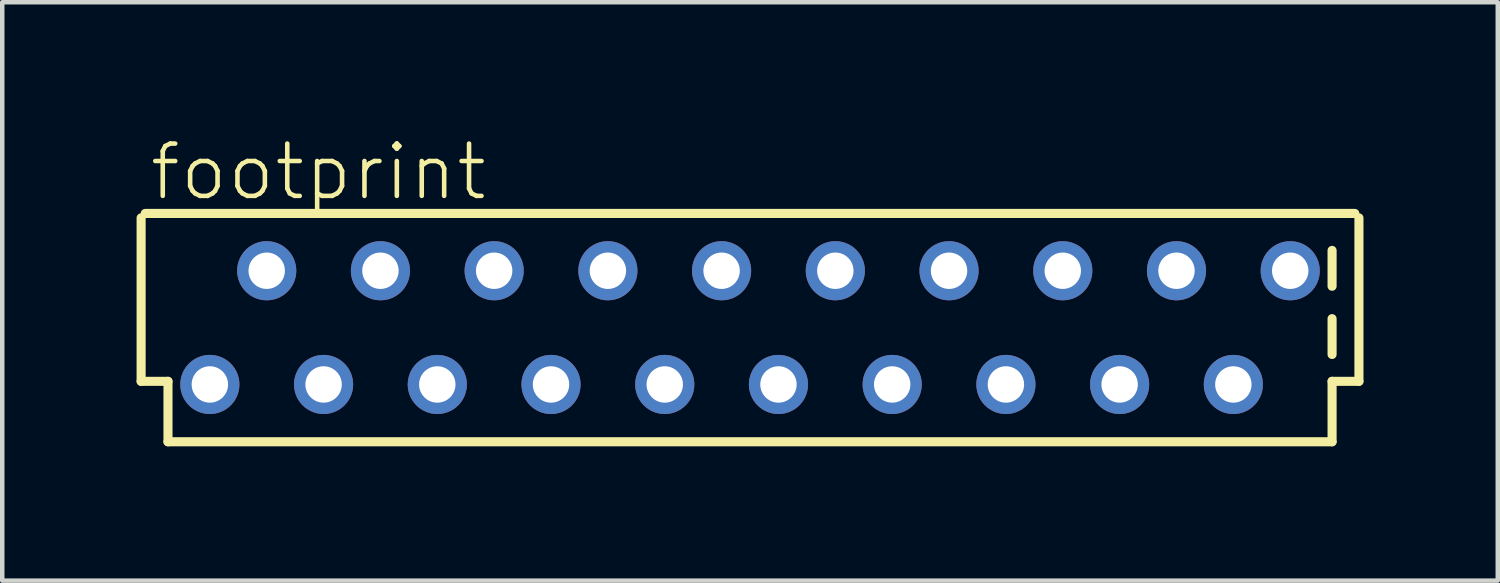
<source format=kicad_pcb>
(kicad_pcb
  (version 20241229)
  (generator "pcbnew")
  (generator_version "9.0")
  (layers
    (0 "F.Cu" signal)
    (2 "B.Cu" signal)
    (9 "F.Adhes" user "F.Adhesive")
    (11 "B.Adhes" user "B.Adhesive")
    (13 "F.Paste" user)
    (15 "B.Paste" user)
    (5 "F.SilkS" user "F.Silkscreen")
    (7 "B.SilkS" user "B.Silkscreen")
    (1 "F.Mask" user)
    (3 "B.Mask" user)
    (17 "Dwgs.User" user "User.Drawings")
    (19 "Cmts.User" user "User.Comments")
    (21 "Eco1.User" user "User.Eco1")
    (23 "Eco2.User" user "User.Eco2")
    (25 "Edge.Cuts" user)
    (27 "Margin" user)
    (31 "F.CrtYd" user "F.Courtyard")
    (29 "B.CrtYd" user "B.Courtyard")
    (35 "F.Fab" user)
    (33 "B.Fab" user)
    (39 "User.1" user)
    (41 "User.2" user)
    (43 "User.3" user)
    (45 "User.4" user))
  (footprint "footprint"
    (layer "F.Cu")
    (at 13.702 4.267)
    (property "Reference" "footprint" (at -13.462 -2.794 0) (layer "F.SilkS") (effects (font (size 1.168 1.168) (thickness 0.102)) (justify left bottom)))
    (fp_line (start -13.6 -2.451) (end -13.6 1.2) (stroke (width 0.203) (type solid)) (layer "F.SilkS"))
    (fp_line (start -13.6 1.2) (end -13 1.2) (stroke (width 0.203) (type solid)) (layer "F.SilkS"))
    (fp_line (start -13 1.2) (end -13 2.55) (stroke (width 0.203) (type solid)) (layer "F.SilkS"))
    (fp_line (start -13 2.55) (end 13 2.55) (stroke (width 0.203) (type solid)) (layer "F.SilkS"))
    (fp_line (start 13 -1.724) (end 13 -0.924) (stroke (width 0.203) (type solid)) (layer "F.SilkS"))
    (fp_line (start 13 -0.2) (end 13 0.6) (stroke (width 0.203) (type solid)) (layer "F.SilkS"))
    (fp_line (start 13 1.2) (end 13.6 1.2) (stroke (width 0.203) (type solid)) (layer "F.SilkS"))
    (fp_line (start 13 2.55) (end 13 1.2) (stroke (width 0.203) (type solid)) (layer "F.SilkS"))
    (fp_line (start 13.508 -2.55) (end -13.508 -2.55) (stroke (width 0.203) (type solid)) (layer "F.SilkS"))
    (fp_line (start 13.6 1.2) (end 13.6 -2.451) (stroke (width 0.203) (type solid)) (layer "F.SilkS"))
    (pad "1" thru_hole circle (at -12.065 1.27) (size 1.321 1.321) (drill 0.813) (layers "*.Cu" "*.Mask"))
    (pad "2" thru_hole circle (at -10.795 -1.27) (size 1.321 1.321) (drill 0.813) (layers "*.Cu" "*.Mask"))
    (pad "3" thru_hole circle (at -9.525 1.27) (size 1.321 1.321) (drill 0.813) (layers "*.Cu" "*.Mask"))
    (pad "4" thru_hole circle (at -8.255 -1.27) (size 1.321 1.321) (drill 0.813) (layers "*.Cu" "*.Mask"))
    (pad "5" thru_hole circle (at -6.985 1.27) (size 1.321 1.321) (drill 0.813) (layers "*.Cu" "*.Mask"))
    (pad "6" thru_hole circle (at -5.715 -1.27) (size 1.321 1.321) (drill 0.813) (layers "*.Cu" "*.Mask"))
    (pad "7" thru_hole circle (at -4.445 1.27) (size 1.321 1.321) (drill 0.813) (layers "*.Cu" "*.Mask"))
    (pad "8" thru_hole circle (at -3.175 -1.27) (size 1.321 1.321) (drill 0.813) (layers "*.Cu" "*.Mask"))
    (pad "9" thru_hole circle (at -1.905 1.27) (size 1.321 1.321) (drill 0.813) (layers "*.Cu" "*.Mask"))
    (pad "10" thru_hole circle (at -0.635 -1.27) (size 1.321 1.321) (drill 0.813) (layers "*.Cu" "*.Mask"))
    (pad "11" thru_hole circle (at 0.635 1.27) (size 1.321 1.321) (drill 0.813) (layers "*.Cu" "*.Mask"))
    (pad "12" thru_hole circle (at 1.905 -1.27) (size 1.321 1.321) (drill 0.813) (layers "*.Cu" "*.Mask"))
    (pad "13" thru_hole circle (at 3.175 1.27) (size 1.321 1.321) (drill 0.813) (layers "*.Cu" "*.Mask"))
    (pad "14" thru_hole circle (at 4.445 -1.27) (size 1.321 1.321) (drill 0.813) (layers "*.Cu" "*.Mask"))
    (pad "15" thru_hole circle (at 5.715 1.27) (size 1.321 1.321) (drill 0.813) (layers "*.Cu" "*.Mask"))
    (pad "16" thru_hole circle (at 6.985 -1.27) (size 1.321 1.321) (drill 0.813) (layers "*.Cu" "*.Mask"))
    (pad "17" thru_hole circle (at 8.255 1.27) (size 1.321 1.321) (drill 0.813) (layers "*.Cu" "*.Mask"))
    (pad "18" thru_hole circle (at 9.525 -1.27) (size 1.321 1.321) (drill 0.813) (layers "*.Cu" "*.Mask"))
    (pad "19" thru_hole circle (at 10.795 1.27) (size 1.321 1.321) (drill 0.813) (layers "*.Cu" "*.Mask"))
    (pad "20" thru_hole circle (at 12.065 -1.27) (size 1.321 1.321) (drill 0.813) (layers "*.Cu" "*.Mask")))
  (gr_rect
    (start -3 -3)
    (end 30.403 9.919)
    (stroke (width 0.1) (type default))
    (fill no)
    (layer "Edge.Cuts")))
</source>
